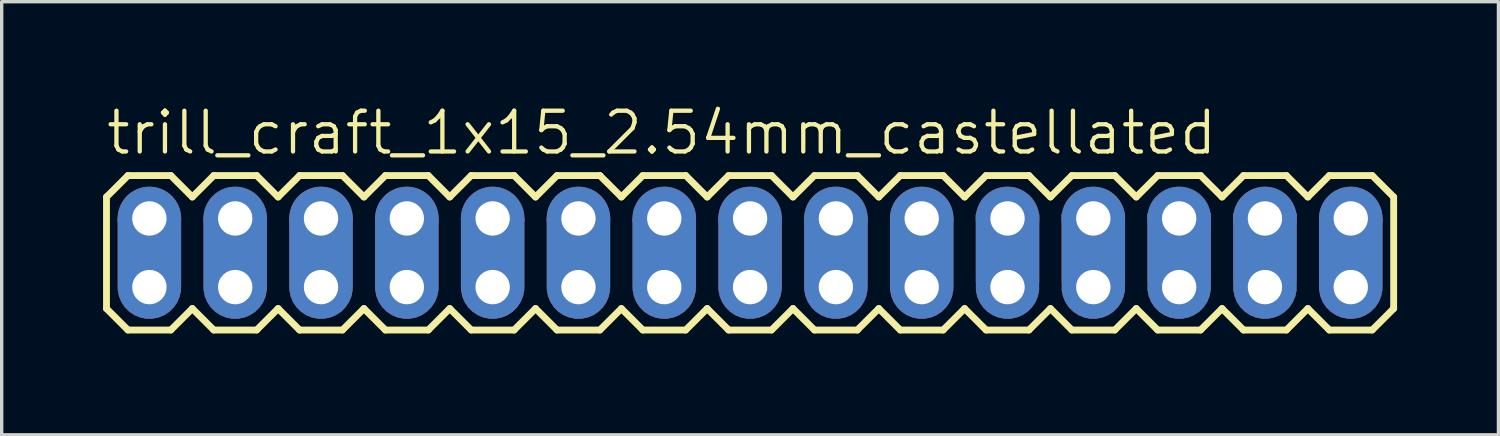
<source format=kicad_pcb>
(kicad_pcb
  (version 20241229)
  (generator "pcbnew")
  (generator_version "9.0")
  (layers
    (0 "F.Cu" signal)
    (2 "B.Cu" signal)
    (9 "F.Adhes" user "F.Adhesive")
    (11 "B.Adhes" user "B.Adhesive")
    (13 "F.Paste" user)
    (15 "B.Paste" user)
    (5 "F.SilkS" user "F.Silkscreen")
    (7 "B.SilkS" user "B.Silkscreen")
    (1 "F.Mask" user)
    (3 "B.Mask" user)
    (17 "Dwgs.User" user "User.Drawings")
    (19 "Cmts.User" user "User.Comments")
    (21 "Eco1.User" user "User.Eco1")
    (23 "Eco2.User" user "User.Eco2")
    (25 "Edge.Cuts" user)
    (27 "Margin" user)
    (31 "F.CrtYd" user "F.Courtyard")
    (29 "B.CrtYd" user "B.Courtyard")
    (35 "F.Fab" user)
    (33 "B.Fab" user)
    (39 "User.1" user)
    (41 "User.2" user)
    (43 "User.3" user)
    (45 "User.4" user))
  (footprint "trill_craft_1x15_2.54mm_castellated"
    (layer "F.Cu")
    (at 1.372 3.416)
    (property "Reference" "trill_craft_1x15_2.54mm_castellated" (at -1.346 -1.829 0) (layer "F.SilkS") (effects (font (size 1.206 1.206) (thickness 0.127)) (justify left bottom)))
    (attr through_hole)
    (fp_line (start -1.27 -0.635) (end -1.27 2.667) (stroke (width 0.203) (type solid)) (layer "F.SilkS"))
    (fp_line (start -1.27 2.667) (end -0.635 3.302) (stroke (width 0.203) (type solid)) (layer "F.SilkS"))
    (fp_line (start -0.635 -1.27) (end -1.27 -0.635) (stroke (width 0.203) (type solid)) (layer "F.SilkS"))
    (fp_line (start -0.635 -1.27) (end 0.635 -1.27) (stroke (width 0.203) (type solid)) (layer "F.SilkS"))
    (fp_line (start 0.635 -1.27) (end 1.27 -0.635) (stroke (width 0.203) (type solid)) (layer "F.SilkS"))
    (fp_line (start 0.635 3.302) (end -0.635 3.302) (stroke (width 0.203) (type solid)) (layer "F.SilkS"))
    (fp_line (start 1.27 -0.635) (end 1.905 -1.27) (stroke (width 0.203) (type solid)) (layer "F.SilkS"))
    (fp_line (start 1.27 2.667) (end 0.635 3.302) (stroke (width 0.203) (type solid)) (layer "F.SilkS"))
    (fp_line (start 1.905 -1.27) (end 3.175 -1.27) (stroke (width 0.203) (type solid)) (layer "F.SilkS"))
    (fp_line (start 1.905 3.302) (end 1.27 2.667) (stroke (width 0.203) (type solid)) (layer "F.SilkS"))
    (fp_line (start 3.175 -1.27) (end 3.81 -0.635) (stroke (width 0.203) (type solid)) (layer "F.SilkS"))
    (fp_line (start 3.175 3.302) (end 1.905 3.302) (stroke (width 0.203) (type solid)) (layer "F.SilkS"))
    (fp_line (start 3.81 -0.635) (end 4.445 -1.27) (stroke (width 0.203) (type solid)) (layer "F.SilkS"))
    (fp_line (start 3.81 2.667) (end 3.175 3.302) (stroke (width 0.203) (type solid)) (layer "F.SilkS"))
    (fp_line (start 4.445 -1.27) (end 5.715 -1.27) (stroke (width 0.203) (type solid)) (layer "F.SilkS"))
    (fp_line (start 4.445 3.302) (end 3.81 2.667) (stroke (width 0.203) (type solid)) (layer "F.SilkS"))
    (fp_line (start 5.715 -1.27) (end 6.35 -0.635) (stroke (width 0.203) (type solid)) (layer "F.SilkS"))
    (fp_line (start 5.715 3.302) (end 4.445 3.302) (stroke (width 0.203) (type solid)) (layer "F.SilkS"))
    (fp_line (start 6.35 2.667) (end 5.715 3.302) (stroke (width 0.203) (type solid)) (layer "F.SilkS"))
    (fp_line (start 6.35 2.667) (end 6.985 3.302) (stroke (width 0.203) (type solid)) (layer "F.SilkS"))
    (fp_line (start 6.985 -1.27) (end 6.35 -0.635) (stroke (width 0.203) (type solid)) (layer "F.SilkS"))
    (fp_line (start 6.985 -1.27) (end 8.255 -1.27) (stroke (width 0.203) (type solid)) (layer "F.SilkS"))
    (fp_line (start 8.255 -1.27) (end 8.89 -0.635) (stroke (width 0.203) (type solid)) (layer "F.SilkS"))
    (fp_line (start 8.255 3.302) (end 6.985 3.302) (stroke (width 0.203) (type solid)) (layer "F.SilkS"))
    (fp_line (start 8.89 -0.635) (end 9.525 -1.27) (stroke (width 0.203) (type solid)) (layer "F.SilkS"))
    (fp_line (start 8.89 2.667) (end 8.255 3.302) (stroke (width 0.203) (type solid)) (layer "F.SilkS"))
    (fp_line (start 9.525 -1.27) (end 10.795 -1.27) (stroke (width 0.203) (type solid)) (layer "F.SilkS"))
    (fp_line (start 9.525 3.302) (end 8.89 2.667) (stroke (width 0.203) (type solid)) (layer "F.SilkS"))
    (fp_line (start 10.795 -1.27) (end 11.43 -0.635) (stroke (width 0.203) (type solid)) (layer "F.SilkS"))
    (fp_line (start 10.795 3.302) (end 9.525 3.302) (stroke (width 0.203) (type solid)) (layer "F.SilkS"))
    (fp_line (start 11.43 -0.635) (end 12.065 -1.27) (stroke (width 0.203) (type solid)) (layer "F.SilkS"))
    (fp_line (start 11.43 2.667) (end 10.795 3.302) (stroke (width 0.203) (type solid)) (layer "F.SilkS"))
    (fp_line (start 12.065 -1.27) (end 13.335 -1.27) (stroke (width 0.203) (type solid)) (layer "F.SilkS"))
    (fp_line (start 12.065 3.302) (end 11.43 2.667) (stroke (width 0.203) (type solid)) (layer "F.SilkS"))
    (fp_line (start 13.335 -1.27) (end 13.97 -0.635) (stroke (width 0.203) (type solid)) (layer "F.SilkS"))
    (fp_line (start 13.335 3.302) (end 12.065 3.302) (stroke (width 0.203) (type solid)) (layer "F.SilkS"))
    (fp_line (start 13.97 2.667) (end 13.335 3.302) (stroke (width 0.203) (type solid)) (layer "F.SilkS"))
    (fp_line (start 13.97 2.667) (end 14.605 3.302) (stroke (width 0.203) (type solid)) (layer "F.SilkS"))
    (fp_line (start 14.605 -1.27) (end 13.97 -0.635) (stroke (width 0.203) (type solid)) (layer "F.SilkS"))
    (fp_line (start 14.605 -1.27) (end 15.875 -1.27) (stroke (width 0.203) (type solid)) (layer "F.SilkS"))
    (fp_line (start 15.875 -1.27) (end 16.51 -0.635) (stroke (width 0.203) (type solid)) (layer "F.SilkS"))
    (fp_line (start 15.875 3.302) (end 14.605 3.302) (stroke (width 0.203) (type solid)) (layer "F.SilkS"))
    (fp_line (start 16.51 2.667) (end 15.875 3.302) (stroke (width 0.203) (type solid)) (layer "F.SilkS"))
    (fp_line (start 16.51 2.667) (end 17.145 3.302) (stroke (width 0.203) (type solid)) (layer "F.SilkS"))
    (fp_line (start 17.145 -1.27) (end 16.51 -0.635) (stroke (width 0.203) (type solid)) (layer "F.SilkS"))
    (fp_line (start 17.145 -1.27) (end 18.415 -1.27) (stroke (width 0.203) (type solid)) (layer "F.SilkS"))
    (fp_line (start 18.415 -1.27) (end 19.05 -0.635) (stroke (width 0.203) (type solid)) (layer "F.SilkS"))
    (fp_line (start 18.415 3.302) (end 17.145 3.302) (stroke (width 0.203) (type solid)) (layer "F.SilkS"))
    (fp_line (start 19.05 -0.635) (end 19.685 -1.27) (stroke (width 0.203) (type solid)) (layer "F.SilkS"))
    (fp_line (start 19.05 2.667) (end 18.415 3.302) (stroke (width 0.203) (type solid)) (layer "F.SilkS"))
    (fp_line (start 19.685 -1.27) (end 20.955 -1.27) (stroke (width 0.203) (type solid)) (layer "F.SilkS"))
    (fp_line (start 19.685 3.302) (end 19.05 2.667) (stroke (width 0.203) (type solid)) (layer "F.SilkS"))
    (fp_line (start 20.955 -1.27) (end 21.59 -0.635) (stroke (width 0.203) (type solid)) (layer "F.SilkS"))
    (fp_line (start 20.955 3.302) (end 19.685 3.302) (stroke (width 0.203) (type solid)) (layer "F.SilkS"))
    (fp_line (start 21.59 -0.635) (end 22.225 -1.27) (stroke (width 0.203) (type solid)) (layer "F.SilkS"))
    (fp_line (start 21.59 2.667) (end 20.955 3.302) (stroke (width 0.203) (type solid)) (layer "F.SilkS"))
    (fp_line (start 22.225 -1.27) (end 23.495 -1.27) (stroke (width 0.203) (type solid)) (layer "F.SilkS"))
    (fp_line (start 22.225 3.302) (end 21.59 2.667) (stroke (width 0.203) (type solid)) (layer "F.SilkS"))
    (fp_line (start 23.495 -1.27) (end 24.13 -0.635) (stroke (width 0.203) (type solid)) (layer "F.SilkS"))
    (fp_line (start 23.495 3.302) (end 22.225 3.302) (stroke (width 0.203) (type solid)) (layer "F.SilkS"))
    (fp_line (start 24.13 2.667) (end 23.495 3.302) (stroke (width 0.203) (type solid)) (layer "F.SilkS"))
    (fp_line (start 24.13 2.667) (end 24.765 3.302) (stroke (width 0.203) (type solid)) (layer "F.SilkS"))
    (fp_line (start 24.765 -1.27) (end 24.13 -0.635) (stroke (width 0.203) (type solid)) (layer "F.SilkS"))
    (fp_line (start 24.765 -1.27) (end 26.035 -1.27) (stroke (width 0.203) (type solid)) (layer "F.SilkS"))
    (fp_line (start 26.035 -1.27) (end 26.67 -0.635) (stroke (width 0.203) (type solid)) (layer "F.SilkS"))
    (fp_line (start 26.035 3.302) (end 24.765 3.302) (stroke (width 0.203) (type solid)) (layer "F.SilkS"))
    (fp_line (start 26.67 -0.635) (end 27.305 -1.27) (stroke (width 0.203) (type solid)) (layer "F.SilkS"))
    (fp_line (start 26.67 2.667) (end 26.035 3.302) (stroke (width 0.203) (type solid)) (layer "F.SilkS"))
    (fp_line (start 27.305 -1.27) (end 28.575 -1.27) (stroke (width 0.203) (type solid)) (layer "F.SilkS"))
    (fp_line (start 27.305 3.302) (end 26.67 2.667) (stroke (width 0.203) (type solid)) (layer "F.SilkS"))
    (fp_line (start 28.575 -1.27) (end 29.21 -0.635) (stroke (width 0.203) (type solid)) (layer "F.SilkS"))
    (fp_line (start 28.575 3.302) (end 27.305 3.302) (stroke (width 0.203) (type solid)) (layer "F.SilkS"))
    (fp_line (start 29.21 -0.635) (end 29.845 -1.27) (stroke (width 0.203) (type solid)) (layer "F.SilkS"))
    (fp_line (start 29.21 2.667) (end 28.575 3.302) (stroke (width 0.203) (type solid)) (layer "F.SilkS"))
    (fp_line (start 29.845 -1.27) (end 31.115 -1.27) (stroke (width 0.203) (type solid)) (layer "F.SilkS"))
    (fp_line (start 29.845 3.302) (end 29.21 2.667) (stroke (width 0.203) (type solid)) (layer "F.SilkS"))
    (fp_line (start 31.115 -1.27) (end 31.75 -0.635) (stroke (width 0.203) (type solid)) (layer "F.SilkS"))
    (fp_line (start 31.115 3.302) (end 29.845 3.302) (stroke (width 0.203) (type solid)) (layer "F.SilkS"))
    (fp_line (start 31.75 -0.635) (end 32.385 -1.27) (stroke (width 0.203) (type solid)) (layer "F.SilkS"))
    (fp_line (start 31.75 2.667) (end 31.115 3.302) (stroke (width 0.203) (type solid)) (layer "F.SilkS"))
    (fp_line (start 32.385 -1.27) (end 33.655 -1.27) (stroke (width 0.203) (type solid)) (layer "F.SilkS"))
    (fp_line (start 32.385 3.302) (end 31.75 2.667) (stroke (width 0.203) (type solid)) (layer "F.SilkS"))
    (fp_line (start 33.655 -1.27) (end 34.29 -0.635) (stroke (width 0.203) (type solid)) (layer "F.SilkS"))
    (fp_line (start 33.655 3.302) (end 32.385 3.302) (stroke (width 0.203) (type solid)) (layer "F.SilkS"))
    (fp_line (start 34.29 -0.635) (end 34.925 -1.27) (stroke (width 0.203) (type solid)) (layer "F.SilkS"))
    (fp_line (start 34.29 2.667) (end 33.655 3.302) (stroke (width 0.203) (type solid)) (layer "F.SilkS"))
    (fp_line (start 34.925 -1.27) (end 36.195 -1.27) (stroke (width 0.203) (type solid)) (layer "F.SilkS"))
    (fp_line (start 34.925 3.302) (end 34.29 2.667) (stroke (width 0.203) (type solid)) (layer "F.SilkS"))
    (fp_line (start 36.195 -1.27) (end 36.83 -0.635) (stroke (width 0.203) (type solid)) (layer "F.SilkS"))
    (fp_line (start 36.195 3.302) (end 34.925 3.302) (stroke (width 0.203) (type solid)) (layer "F.SilkS"))
    (fp_line (start 36.83 2.667) (end 36.195 3.302) (stroke (width 0.203) (type solid)) (layer "F.SilkS"))
    (fp_line (start 36.83 2.667) (end 36.83 -0.635) (stroke (width 0.203) (type solid)) (layer "F.SilkS"))
    (fp_poly (pts (xy -0.254 0.254) (xy 0.254 0.254) (xy 0.254 -0.254) (xy -0.254 -0.254)) (stroke (width 0.1) (type solid)) (fill no) (layer "F.Fab"))
    (fp_poly (pts (xy -0.254 2.286) (xy 0.254 2.286) (xy 0.254 1.778) (xy -0.254 1.778)) (stroke (width 0.1) (type solid)) (fill no) (layer "F.Fab"))
    (fp_poly (pts (xy 2.286 0.254) (xy 2.794 0.254) (xy 2.794 -0.254) (xy 2.286 -0.254)) (stroke (width 0.1) (type solid)) (fill no) (layer "F.Fab"))
    (fp_poly (pts (xy 2.286 2.286) (xy 2.794 2.286) (xy 2.794 1.778) (xy 2.286 1.778)) (stroke (width 0.1) (type solid)) (fill no) (layer "F.Fab"))
    (fp_poly (pts (xy 4.826 0.254) (xy 5.334 0.254) (xy 5.334 -0.254) (xy 4.826 -0.254)) (stroke (width 0.1) (type solid)) (fill no) (layer "F.Fab"))
    (fp_poly (pts (xy 4.826 2.286) (xy 5.334 2.286) (xy 5.334 1.778) (xy 4.826 1.778)) (stroke (width 0.1) (type solid)) (fill no) (layer "F.Fab"))
    (fp_poly (pts (xy 7.366 0.254) (xy 7.874 0.254) (xy 7.874 -0.254) (xy 7.366 -0.254)) (stroke (width 0.1) (type solid)) (fill no) (layer "F.Fab"))
    (fp_poly (pts (xy 7.366 2.286) (xy 7.874 2.286) (xy 7.874 1.778) (xy 7.366 1.778)) (stroke (width 0.1) (type solid)) (fill no) (layer "F.Fab"))
    (fp_poly (pts (xy 9.906 0.254) (xy 10.414 0.254) (xy 10.414 -0.254) (xy 9.906 -0.254)) (stroke (width 0.1) (type solid)) (fill no) (layer "F.Fab"))
    (fp_poly (pts (xy 9.906 2.286) (xy 10.414 2.286) (xy 10.414 1.778) (xy 9.906 1.778)) (stroke (width 0.1) (type solid)) (fill no) (layer "F.Fab"))
    (fp_poly (pts (xy 12.446 0.254) (xy 12.954 0.254) (xy 12.954 -0.254) (xy 12.446 -0.254)) (stroke (width 0.1) (type solid)) (fill no) (layer "F.Fab"))
    (fp_poly (pts (xy 12.446 2.286) (xy 12.954 2.286) (xy 12.954 1.778) (xy 12.446 1.778)) (stroke (width 0.1) (type solid)) (fill no) (layer "F.Fab"))
    (fp_poly (pts (xy 14.986 0.254) (xy 15.494 0.254) (xy 15.494 -0.254) (xy 14.986 -0.254)) (stroke (width 0.1) (type solid)) (fill no) (layer "F.Fab"))
    (fp_poly (pts (xy 14.986 2.286) (xy 15.494 2.286) (xy 15.494 1.778) (xy 14.986 1.778)) (stroke (width 0.1) (type solid)) (fill no) (layer "F.Fab"))
    (fp_poly (pts (xy 17.526 0.254) (xy 18.034 0.254) (xy 18.034 -0.254) (xy 17.526 -0.254)) (stroke (width 0.1) (type solid)) (fill no) (layer "F.Fab"))
    (fp_poly (pts (xy 17.526 2.286) (xy 18.034 2.286) (xy 18.034 1.778) (xy 17.526 1.778)) (stroke (width 0.1) (type solid)) (fill no) (layer "F.Fab"))
    (fp_poly (pts (xy 20.066 0.254) (xy 20.574 0.254) (xy 20.574 -0.254) (xy 20.066 -0.254)) (stroke (width 0.1) (type solid)) (fill no) (layer "F.Fab"))
    (fp_poly (pts (xy 20.066 2.286) (xy 20.574 2.286) (xy 20.574 1.778) (xy 20.066 1.778)) (stroke (width 0.1) (type solid)) (fill no) (layer "F.Fab"))
    (fp_poly (pts (xy 22.606 0.254) (xy 23.114 0.254) (xy 23.114 -0.254) (xy 22.606 -0.254)) (stroke (width 0.1) (type solid)) (fill no) (layer "F.Fab"))
    (fp_poly (pts (xy 22.606 2.286) (xy 23.114 2.286) (xy 23.114 1.778) (xy 22.606 1.778)) (stroke (width 0.1) (type solid)) (fill no) (layer "F.Fab"))
    (fp_poly (pts (xy 25.146 0.254) (xy 25.654 0.254) (xy 25.654 -0.254) (xy 25.146 -0.254)) (stroke (width 0.1) (type solid)) (fill no) (layer "F.Fab"))
    (fp_poly (pts (xy 25.146 2.286) (xy 25.654 2.286) (xy 25.654 1.778) (xy 25.146 1.778)) (stroke (width 0.1) (type solid)) (fill no) (layer "F.Fab"))
    (fp_poly (pts (xy 27.686 0.254) (xy 28.194 0.254) (xy 28.194 -0.254) (xy 27.686 -0.254)) (stroke (width 0.1) (type solid)) (fill no) (layer "F.Fab"))
    (fp_poly (pts (xy 27.686 2.286) (xy 28.194 2.286) (xy 28.194 1.778) (xy 27.686 1.778)) (stroke (width 0.1) (type solid)) (fill no) (layer "F.Fab"))
    (fp_poly (pts (xy 30.226 0.254) (xy 30.734 0.254) (xy 30.734 -0.254) (xy 30.226 -0.254)) (stroke (width 0.1) (type solid)) (fill no) (layer "F.Fab"))
    (fp_poly (pts (xy 30.226 2.286) (xy 30.734 2.286) (xy 30.734 1.778) (xy 30.226 1.778)) (stroke (width 0.1) (type solid)) (fill no) (layer "F.Fab"))
    (fp_poly (pts (xy 32.766 0.254) (xy 33.274 0.254) (xy 33.274 -0.254) (xy 32.766 -0.254)) (stroke (width 0.1) (type solid)) (fill no) (layer "F.Fab"))
    (fp_poly (pts (xy 32.766 2.286) (xy 33.274 2.286) (xy 33.274 1.778) (xy 32.766 1.778)) (stroke (width 0.1) (type solid)) (fill no) (layer "F.Fab"))
    (fp_poly (pts (xy 35.306 0.254) (xy 35.814 0.254) (xy 35.814 -0.254) (xy 35.306 -0.254)) (stroke (width 0.1) (type solid)) (fill no) (layer "F.Fab"))
    (fp_poly (pts (xy 35.306 2.286) (xy 35.814 2.286) (xy 35.814 1.778) (xy 35.306 1.778)) (stroke (width 0.1) (type solid)) (fill no) (layer "F.Fab"))
    (pad "1" thru_hole circle (at 0 0 90) (size 1.88 1.88) (drill 1.016) (layers "*.Cu" "*.Mask"))
    (pad "1" thru_hole custom (at 0 2.032) (size 1.88 1.88) (drill 1.016) (layers "*.Cu" "*.Mask") (options (anchor circle)) (primitives (gr_poly (pts (xy 0.889 0) (xy -0.889 0) (xy -0.889 -2.032) (xy 0.889 -2.032)) (width 0.1) (fill yes))))
    (pad "2" thru_hole circle (at 2.54 0 90) (size 1.88 1.88) (drill 1.016) (layers "*.Cu" "*.Mask"))
    (pad "2" thru_hole custom (at 2.54 2.032) (size 1.88 1.88) (drill 1.016) (layers "*.Cu" "*.Mask") (options (anchor circle)) (primitives (gr_poly (pts (xy 0.889 0) (xy -0.889 0) (xy -0.889 -2.032) (xy 0.889 -2.032)) (width 0.1) (fill yes))))
    (pad "3" thru_hole circle (at 5.08 0 90) (size 1.88 1.88) (drill 1.016) (layers "*.Cu" "*.Mask"))
    (pad "3" thru_hole custom (at 5.08 2.032) (size 1.88 1.88) (drill 1.016) (layers "*.Cu" "*.Mask") (options (anchor circle)) (primitives (gr_poly (pts (xy 0.889 0) (xy -0.889 0) (xy -0.889 -2.032) (xy 0.889 -2.032)) (width 0.1) (fill yes))))
    (pad "4" thru_hole circle (at 7.62 0 90) (size 1.88 1.88) (drill 1.016) (layers "*.Cu" "*.Mask"))
    (pad "4" thru_hole custom (at 7.62 2.032) (size 1.88 1.88) (drill 1.016) (layers "*.Cu" "*.Mask") (options (anchor circle)) (primitives (gr_poly (pts (xy 0.889 0) (xy -0.889 0) (xy -0.889 -2.032) (xy 0.889 -2.032)) (width 0.1) (fill yes))))
    (pad "5" thru_hole circle (at 10.16 0 90) (size 1.88 1.88) (drill 1.016) (layers "*.Cu" "*.Mask"))
    (pad "5" thru_hole custom (at 10.16 2.032) (size 1.88 1.88) (drill 1.016) (layers "*.Cu" "*.Mask") (options (anchor circle)) (primitives (gr_poly (pts (xy 0.889 0) (xy -0.889 0) (xy -0.889 -2.032) (xy 0.889 -2.032)) (width 0.1) (fill yes))))
    (pad "6" thru_hole circle (at 12.7 0 90) (size 1.88 1.88) (drill 1.016) (layers "*.Cu" "*.Mask"))
    (pad "6" thru_hole custom (at 12.7 2.032) (size 1.88 1.88) (drill 1.016) (layers "*.Cu" "*.Mask") (options (anchor circle)) (primitives (gr_poly (pts (xy 0.889 0) (xy -0.889 0) (xy -0.889 -2.032) (xy 0.889 -2.032)) (width 0.1) (fill yes))))
    (pad "7" thru_hole circle (at 15.24 0 90) (size 1.88 1.88) (drill 1.016) (layers "*.Cu" "*.Mask"))
    (pad "7" thru_hole custom (at 15.24 2.032) (size 1.88 1.88) (drill 1.016) (layers "*.Cu" "*.Mask") (options (anchor circle)) (primitives (gr_poly (pts (xy 0.889 0) (xy -0.889 0) (xy -0.889 -2.032) (xy 0.889 -2.032)) (width 0.1) (fill yes))))
    (pad "8" thru_hole circle (at 17.78 0 90) (size 1.88 1.88) (drill 1.016) (layers "*.Cu" "*.Mask"))
    (pad "8" thru_hole custom (at 17.78 2.032) (size 1.88 1.88) (drill 1.016) (layers "*.Cu" "*.Mask") (options (anchor circle)) (primitives (gr_poly (pts (xy 0.889 0) (xy -0.889 0) (xy -0.889 -2.032) (xy 0.889 -2.032)) (width 0.1) (fill yes))))
    (pad "9" thru_hole circle (at 20.32 0 90) (size 1.88 1.88) (drill 1.016) (layers "*.Cu" "*.Mask"))
    (pad "9" thru_hole custom (at 20.32 2.032) (size 1.88 1.88) (drill 1.016) (layers "*.Cu" "*.Mask") (options (anchor circle)) (primitives (gr_poly (pts (xy 0.889 0) (xy -0.889 0) (xy -0.889 -2.032) (xy 0.889 -2.032)) (width 0.1) (fill yes))))
    (pad "10" thru_hole circle (at 22.86 0 90) (size 1.88 1.88) (drill 1.016) (layers "*.Cu" "*.Mask"))
    (pad "10" thru_hole custom (at 22.86 2.032) (size 1.88 1.88) (drill 1.016) (layers "*.Cu" "*.Mask") (options (anchor circle)) (primitives (gr_poly (pts (xy 0.889 0) (xy -0.889 0) (xy -0.889 -2.032) (xy 0.889 -2.032)) (width 0.1) (fill yes))))
    (pad "11" thru_hole circle (at 25.4 0 90) (size 1.88 1.88) (drill 1.016) (layers "*.Cu" "*.Mask"))
    (pad "11" thru_hole custom (at 25.4 2.032) (size 1.88 1.88) (drill 1.016) (layers "*.Cu" "*.Mask") (options (anchor circle)) (primitives (gr_poly (pts (xy 0.889 -0.127) (xy -0.889 -0.127) (xy -0.889 -2.159) (xy 0.889 -2.159)) (width 0.1) (fill yes))))
    (pad "12" thru_hole circle (at 27.94 0 90) (size 1.88 1.88) (drill 1.016) (layers "*.Cu" "*.Mask"))
    (pad "12" thru_hole custom (at 27.94 2.032) (size 1.88 1.88) (drill 1.016) (layers "*.Cu" "*.Mask") (options (anchor circle)) (primitives (gr_poly (pts (xy 0.889 -0.127) (xy -0.889 -0.127) (xy -0.889 -2.159) (xy 0.889 -2.159)) (width 0.1) (fill yes))))
    (pad "13" thru_hole circle (at 30.48 0 90) (size 1.88 1.88) (drill 1.016) (layers "*.Cu" "*.Mask"))
    (pad "13" thru_hole custom (at 30.48 2.032) (size 1.88 1.88) (drill 1.016) (layers "*.Cu" "*.Mask") (options (anchor circle)) (primitives (gr_poly (pts (xy 0.889 -0.127) (xy -0.889 -0.127) (xy -0.889 -2.159) (xy 0.889 -2.159)) (width 0.1) (fill yes))))
    (pad "14" thru_hole circle (at 33.02 0 90) (size 1.88 1.88) (drill 1.016) (layers "*.Cu" "*.Mask"))
    (pad "14" thru_hole custom (at 33.02 2.032) (size 1.88 1.88) (drill 1.016) (layers "*.Cu" "*.Mask") (options (anchor circle)) (primitives (gr_poly (pts (xy 0.889 -0.127) (xy -0.889 -0.127) (xy -0.889 -2.159) (xy 0.889 -2.159)) (width 0.1) (fill yes))))
    (pad "15" thru_hole circle (at 35.56 0 90) (size 1.88 1.88) (drill 1.016) (layers "*.Cu" "*.Mask"))
    (pad "15" thru_hole custom (at 35.56 2.032) (size 1.88 1.88) (drill 1.016) (layers "*.Cu" "*.Mask") (options (anchor circle)) (primitives (gr_poly (pts (xy 0.889 0) (xy -0.889 0) (xy -0.889 -2.032) (xy 0.889 -2.032)) (width 0.1) (fill yes)))))
  (gr_rect
    (start -3 -3)
    (end 41.303 9.82)
    (stroke (width 0.1) (type default))
    (fill no)
    (layer "Edge.Cuts")))
</source>
